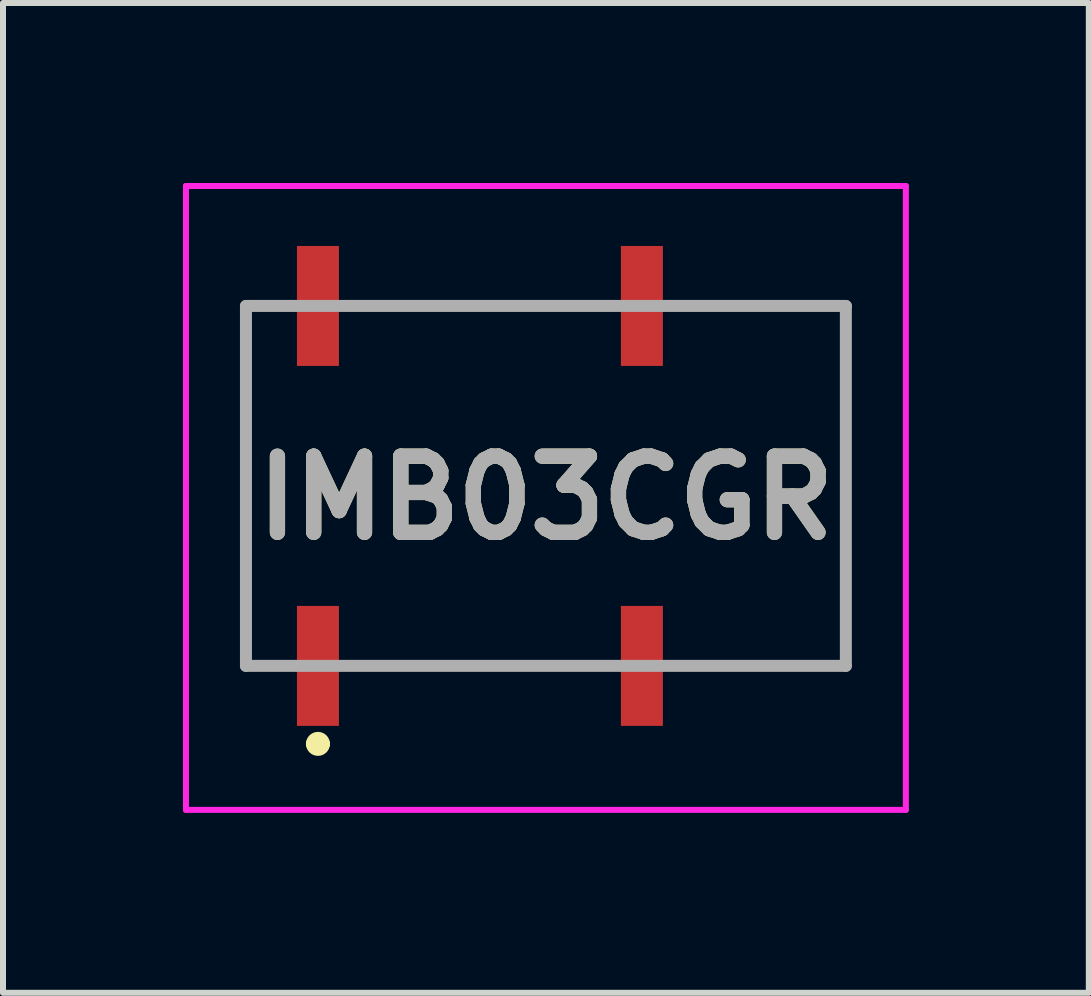
<source format=kicad_pcb>
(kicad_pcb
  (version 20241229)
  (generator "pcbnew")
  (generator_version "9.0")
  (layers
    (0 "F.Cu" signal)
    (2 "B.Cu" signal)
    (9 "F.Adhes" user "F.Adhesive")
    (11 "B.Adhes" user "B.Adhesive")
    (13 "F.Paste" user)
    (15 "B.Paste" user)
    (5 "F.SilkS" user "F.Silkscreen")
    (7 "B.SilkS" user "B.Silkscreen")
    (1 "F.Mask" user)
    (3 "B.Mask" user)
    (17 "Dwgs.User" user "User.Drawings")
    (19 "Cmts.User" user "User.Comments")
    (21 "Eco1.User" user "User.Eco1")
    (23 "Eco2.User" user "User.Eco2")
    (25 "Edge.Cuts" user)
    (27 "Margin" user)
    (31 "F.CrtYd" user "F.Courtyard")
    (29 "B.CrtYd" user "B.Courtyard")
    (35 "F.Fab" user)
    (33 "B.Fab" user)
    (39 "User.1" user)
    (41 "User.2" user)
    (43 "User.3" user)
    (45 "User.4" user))
  (footprint "IMB03CGR"
    (layer "F.Cu")
    (at 4.95 5.05)
    (property "Reference" "IMB03CGR" (at 1.1 0.2 0) (layer "F.SilkS") (effects (font (size 1.27 1.27) (thickness 0.254))))
    (attr smd)
    (fp_line (start -3.9 -3) (end -3.9 3) (stroke (width 0.1) (type solid)) (layer "F.SilkS"))
    (fp_line (start -3.9 3) (end -3.4 3) (stroke (width 0.1) (type solid)) (layer "F.SilkS"))
    (fp_line (start -3.4 -3) (end -3.9 -3) (stroke (width 0.1) (type solid)) (layer "F.SilkS"))
    (fp_line (start -2.8 4.3) (end -2.8 4.3) (stroke (width 0.2) (type solid)) (layer "F.SilkS"))
    (fp_line (start -2.6 4.3) (end -2.6 4.3) (stroke (width 0.2) (type solid)) (layer "F.SilkS"))
    (fp_line (start -2.1 -3) (end 2.1 -3) (stroke (width 0.1) (type solid)) (layer "F.SilkS"))
    (fp_line (start -2.1 3) (end 2.1 3) (stroke (width 0.1) (type solid)) (layer "F.SilkS"))
    (fp_line (start 3.4 -3) (end 6.1 -3) (stroke (width 0.1) (type solid)) (layer "F.SilkS"))
    (fp_line (start 6.1 -3) (end 6.1 3) (stroke (width 0.1) (type solid)) (layer "F.SilkS"))
    (fp_line (start 6.1 3) (end 3.4 3) (stroke (width 0.1) (type solid)) (layer "F.SilkS"))
    (fp_arc (start -2.8 4.3) (mid -2.7 4.2) (end -2.6 4.3) (stroke (width 0.2) (type solid)) (layer "F.SilkS"))
    (fp_arc (start -2.6 4.3) (mid -2.7 4.4) (end -2.8 4.3) (stroke (width 0.2) (type solid)) (layer "F.SilkS"))
    (fp_line (start -4.9 -5) (end 7.1 -5) (stroke (width 0.1) (type solid)) (layer "F.CrtYd"))
    (fp_line (start -4.9 5.4) (end -4.9 -5) (stroke (width 0.1) (type solid)) (layer "F.CrtYd"))
    (fp_line (start 7.1 -5) (end 7.1 5.4) (stroke (width 0.1) (type solid)) (layer "F.CrtYd"))
    (fp_line (start 7.1 5.4) (end -4.9 5.4) (stroke (width 0.1) (type solid)) (layer "F.CrtYd"))
    (fp_line (start -3.9 -3) (end 6.1 -3) (stroke (width 0.2) (type solid)) (layer "F.Fab"))
    (fp_line (start -3.9 3) (end -3.9 -3) (stroke (width 0.2) (type solid)) (layer "F.Fab"))
    (fp_line (start 6.1 -3) (end 6.1 3) (stroke (width 0.2) (type solid)) (layer "F.Fab"))
    (fp_line (start 6.1 3) (end -3.9 3) (stroke (width 0.2) (type solid)) (layer "F.Fab"))
    (fp_text user "${REFERENCE}" (at 1.1 0.2 0) (layer "F.Fab") (effects (font (size 1.27 1.27) (thickness 0.254))))
    (pad "1" smd rect (at -2.7 3) (size 0.7 2) (layers "F.Cu" "F.Mask" "F.Paste"))
    (pad "3" smd rect (at 2.7 3) (size 0.7 2) (layers "F.Cu" "F.Mask" "F.Paste"))
    (pad "6" smd rect (at 2.7 -3) (size 0.7 2) (layers "F.Cu" "F.Mask" "F.Paste"))
    (pad "8" smd rect (at -2.7 -3) (size 0.7 2) (layers "F.Cu" "F.Mask" "F.Paste")))
  (gr_rect
    (start -3 -3)
    (end 15.1 13.5)
    (stroke (width 0.1) (type default))
    (fill no)
    (layer "Edge.Cuts")))
</source>
